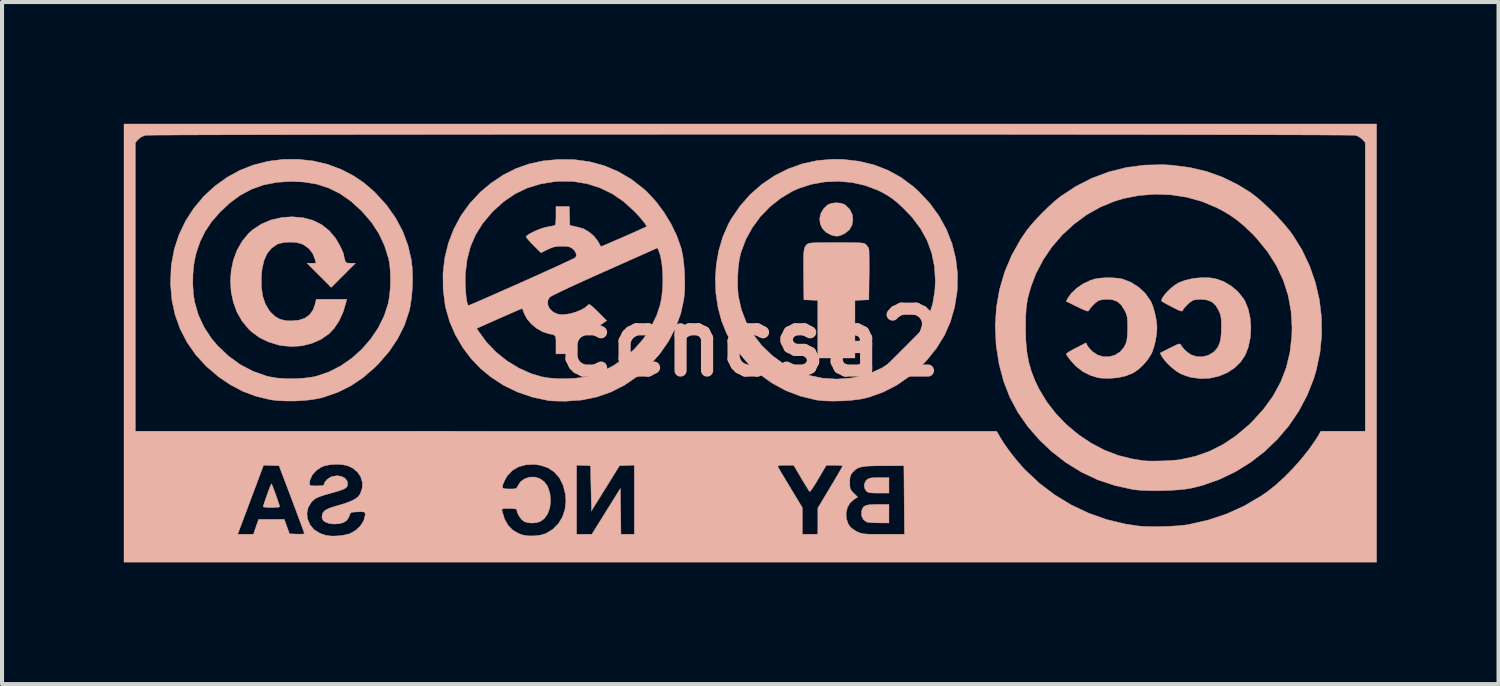
<source format=kicad_pcb>
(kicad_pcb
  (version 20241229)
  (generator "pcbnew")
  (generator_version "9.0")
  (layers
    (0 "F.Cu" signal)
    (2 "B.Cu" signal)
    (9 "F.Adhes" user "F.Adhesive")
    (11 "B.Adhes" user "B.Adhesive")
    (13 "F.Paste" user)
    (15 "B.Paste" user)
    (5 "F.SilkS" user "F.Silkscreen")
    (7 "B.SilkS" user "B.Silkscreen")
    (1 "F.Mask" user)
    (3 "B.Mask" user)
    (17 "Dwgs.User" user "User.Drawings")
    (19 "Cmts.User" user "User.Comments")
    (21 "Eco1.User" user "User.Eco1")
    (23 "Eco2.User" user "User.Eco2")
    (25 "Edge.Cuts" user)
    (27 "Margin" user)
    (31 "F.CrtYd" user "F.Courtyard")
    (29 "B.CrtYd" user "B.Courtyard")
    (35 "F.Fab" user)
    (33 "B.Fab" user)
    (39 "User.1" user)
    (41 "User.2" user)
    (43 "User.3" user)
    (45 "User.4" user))
  (footprint "ccncsa2"
    (layer "F.Cu")
    (at 15.423 5.39)
    (property "Reference" "ccncsa2" (at 0 0 0) (layer "B.SilkS") (effects (font (size 1.524 1.524) (thickness 0.3))))
    (attr through_hole)
    (fp_poly (pts (xy 3.429 3.708) (xy 3.175 3.708) (xy 3.055 3.707) (xy 2.975 3.702) (xy 2.923 3.691) (xy 2.888 3.673) (xy 2.87 3.658) (xy 2.826 3.581) (xy 2.821 3.493) (xy 2.855 3.412) (xy 2.886 3.38) (xy 2.926 3.354) (xy 2.975 3.339) (xy 3.046 3.33) (xy 3.151 3.328) (xy 3.191 3.327) (xy 3.429 3.327) (xy 3.429 3.708)) (stroke (width 0.01) (type solid)) (fill yes) (layer "B.SilkS"))
    (fp_poly (pts (xy 3.429 4.445) (xy 3.181 4.443) (xy 3.068 4.44) (xy 2.969 4.434) (xy 2.899 4.425) (xy 2.878 4.419) (xy 2.801 4.363) (xy 2.757 4.276) (xy 2.752 4.173) (xy 2.752 4.171) (xy 2.77 4.099) (xy 2.802 4.048) (xy 2.856 4.015) (xy 2.94 3.996) (xy 3.063 3.989) (xy 3.152 3.988) (xy 3.429 3.988) (xy 3.429 4.445)) (stroke (width 0.01) (type solid)) (fill yes) (layer "B.SilkS"))
    (fp_poly (pts (xy 2.231 -3.436) (xy 2.33 -3.404) (xy 2.354 -3.389) (xy 2.462 -3.283) (xy 2.524 -3.159) (xy 2.54 -3.035) (xy 2.519 -2.895) (xy 2.456 -2.782) (xy 2.348 -2.693) (xy 2.312 -2.673) (xy 2.216 -2.632) (xy 2.137 -2.62) (xy 2.049 -2.636) (xy 1.999 -2.653) (xy 1.874 -2.721) (xy 1.786 -2.816) (xy 1.735 -2.93) (xy 1.723 -3.054) (xy 1.75 -3.179) (xy 1.818 -3.297) (xy 1.913 -3.389) (xy 2.002 -3.428) (xy 2.115 -3.444) (xy 2.231 -3.436)) (stroke (width 0.01) (type solid)) (fill yes) (layer "B.SilkS"))
    (fp_poly (pts (xy -11.773 3.502) (xy -11.749 3.561) (xy -11.717 3.645) (xy -11.681 3.743) (xy -11.646 3.843) (xy -11.615 3.934) (xy -11.592 4.005) (xy -11.583 4.043) (xy -11.582 4.045) (xy -11.606 4.054) (xy -11.668 4.06) (xy -11.757 4.064) (xy -11.786 4.064) (xy -11.88 4.062) (xy -11.951 4.056) (xy -11.987 4.048) (xy -11.989 4.045) (xy -11.981 4.012) (xy -11.96 3.945) (xy -11.93 3.856) (xy -11.895 3.756) (xy -11.859 3.657) (xy -11.826 3.571) (xy -11.8 3.508) (xy -11.786 3.48) (xy -11.786 3.48) (xy -11.773 3.502)) (stroke (width 0.01) (type solid)) (fill yes) (layer "B.SilkS"))
    (fp_poly (pts (xy 2.337 -2.464) (xy 2.496 -2.463) (xy 2.616 -2.461) (xy 2.704 -2.458) (xy 2.766 -2.452) (xy 2.808 -2.445) (xy 2.836 -2.434) (xy 2.856 -2.42) (xy 2.865 -2.412) (xy 2.911 -2.355) (xy 2.934 -2.304) (xy 2.938 -2.264) (xy 2.94 -2.18) (xy 2.942 -2.061) (xy 2.943 -1.916) (xy 2.942 -1.751) (xy 2.941 -1.651) (xy 2.934 -1.054) (xy 2.762 -1.047) (xy 2.591 -1.039) (xy 2.591 0.381) (xy 1.676 0.381) (xy 1.676 -1.039) (xy 1.505 -1.047) (xy 1.333 -1.054) (xy 1.326 -1.626) (xy 1.324 -1.836) (xy 1.324 -2.002) (xy 1.326 -2.13) (xy 1.332 -2.226) (xy 1.341 -2.295) (xy 1.355 -2.345) (xy 1.374 -2.38) (xy 1.399 -2.409) (xy 1.403 -2.413) (xy 1.422 -2.428) (xy 1.446 -2.44) (xy 1.481 -2.449) (xy 1.533 -2.455) (xy 1.609 -2.46) (xy 1.715 -2.462) (xy 1.856 -2.463) (xy 2.039 -2.464) (xy 2.134 -2.464) (xy 2.337 -2.464)) (stroke (width 0.01) (type solid)) (fill yes) (layer "B.SilkS"))
    (fp_poly (pts (xy -11.01 -3.077) (xy -10.766 -3.012) (xy -10.549 -2.905) (xy -10.361 -2.756) (xy -10.203 -2.567) (xy -10.108 -2.404) (xy -10.063 -2.311) (xy -10.028 -2.234) (xy -10.009 -2.184) (xy -10.007 -2.175) (xy -10.001 -2.133) (xy -9.985 -2.067) (xy -9.981 -2.051) (xy -9.962 -1.993) (xy -9.936 -1.965) (xy -9.887 -1.957) (xy -9.835 -1.956) (xy -9.716 -1.956) (xy -10.014 -1.657) (xy -10.312 -1.359) (xy -10.611 -1.657) (xy -10.909 -1.956) (xy -10.689 -1.956) (xy -10.707 -2.038) (xy -10.764 -2.188) (xy -10.862 -2.315) (xy -10.992 -2.409) (xy -11.066 -2.441) (xy -11.183 -2.467) (xy -11.321 -2.475) (xy -11.461 -2.468) (xy -11.583 -2.444) (xy -11.648 -2.42) (xy -11.785 -2.324) (xy -11.89 -2.194) (xy -11.967 -2.027) (xy -12.015 -1.821) (xy -12.033 -1.633) (xy -12.033 -1.371) (xy -12.001 -1.145) (xy -11.936 -0.952) (xy -11.838 -0.788) (xy -11.794 -0.735) (xy -11.687 -0.636) (xy -11.571 -0.573) (xy -11.434 -0.541) (xy -11.303 -0.534) (xy -11.112 -0.551) (xy -10.958 -0.603) (xy -10.839 -0.69) (xy -10.755 -0.814) (xy -10.712 -0.939) (xy -10.681 -1.067) (xy -9.93 -1.067) (xy -9.946 -0.997) (xy -10.018 -0.754) (xy -10.118 -0.534) (xy -10.243 -0.347) (xy -10.365 -0.219) (xy -10.563 -0.081) (xy -10.788 0.019) (xy -11.032 0.08) (xy -11.287 0.099) (xy -11.543 0.074) (xy -11.595 0.064) (xy -11.856 -0.014) (xy -12.082 -0.124) (xy -12.28 -0.27) (xy -12.345 -0.331) (xy -12.508 -0.528) (xy -12.635 -0.751) (xy -12.724 -0.994) (xy -12.778 -1.25) (xy -12.796 -1.512) (xy -12.777 -1.774) (xy -12.724 -2.029) (xy -12.635 -2.27) (xy -12.511 -2.49) (xy -12.353 -2.684) (xy -12.249 -2.778) (xy -12.034 -2.92) (xy -11.791 -3.022) (xy -11.525 -3.082) (xy -11.279 -3.099) (xy -11.01 -3.077)) (stroke (width 0.01) (type solid)) (fill yes) (layer "B.SilkS"))
    (fp_poly (pts (xy 8.933 -1.596) (xy 9.083 -1.584) (xy 9.186 -1.565) (xy 9.39 -1.486) (xy 9.579 -1.366) (xy 9.742 -1.214) (xy 9.869 -1.037) (xy 9.889 -1) (xy 9.937 -0.879) (xy 9.98 -0.728) (xy 10.013 -0.567) (xy 10.031 -0.416) (xy 10.033 -0.359) (xy 10.023 -0.207) (xy 9.995 -0.04) (xy 9.954 0.122) (xy 9.904 0.258) (xy 9.892 0.281) (xy 9.804 0.421) (xy 9.686 0.558) (xy 9.555 0.676) (xy 9.45 0.746) (xy 9.278 0.817) (xy 9.077 0.864) (xy 8.863 0.884) (xy 8.653 0.876) (xy 8.564 0.862) (xy 8.385 0.806) (xy 8.209 0.715) (xy 8.062 0.606) (xy 7.987 0.531) (xy 7.915 0.45) (xy 7.853 0.373) (xy 7.811 0.311) (xy 7.798 0.277) (xy 7.819 0.258) (xy 7.876 0.221) (xy 7.961 0.174) (xy 8.04 0.132) (xy 8.283 0.007) (xy 8.318 0.076) (xy 8.36 0.136) (xy 8.422 0.203) (xy 8.444 0.223) (xy 8.574 0.308) (xy 8.716 0.348) (xy 8.86 0.348) (xy 8.998 0.309) (xy 9.12 0.232) (xy 9.217 0.121) (xy 9.263 0.031) (xy 9.287 -0.049) (xy 9.301 -0.146) (xy 9.308 -0.273) (xy 9.309 -0.368) (xy 9.308 -0.495) (xy 9.303 -0.585) (xy 9.292 -0.654) (xy 9.272 -0.715) (xy 9.241 -0.784) (xy 9.233 -0.8) (xy 9.152 -0.928) (xy 9.054 -1.012) (xy 8.932 -1.056) (xy 8.806 -1.066) (xy 8.711 -1.06) (xy 8.626 -1.044) (xy 8.588 -1.03) (xy 8.526 -0.987) (xy 8.457 -0.922) (xy 8.394 -0.853) (xy 8.355 -0.793) (xy 8.351 -0.784) (xy 8.332 -0.774) (xy 8.285 -0.785) (xy 8.205 -0.817) (xy 8.087 -0.873) (xy 8.068 -0.883) (xy 7.797 -1.016) (xy 7.834 -1.089) (xy 7.925 -1.218) (xy 8.056 -1.341) (xy 8.214 -1.448) (xy 8.39 -1.531) (xy 8.496 -1.566) (xy 8.619 -1.587) (xy 8.772 -1.597) (xy 8.933 -1.596)) (stroke (width 0.01) (type solid)) (fill yes) (layer "B.SilkS"))
    (fp_poly (pts (xy 11.343 -1.595) (xy 11.478 -1.573) (xy 11.674 -1.504) (xy 11.862 -1.394) (xy 12.028 -1.252) (xy 12.161 -1.087) (xy 12.198 -1.026) (xy 12.28 -0.827) (xy 12.329 -0.601) (xy 12.347 -0.361) (xy 12.332 -0.12) (xy 12.284 0.109) (xy 12.21 0.302) (xy 12.095 0.477) (xy 11.943 0.625) (xy 11.761 0.743) (xy 11.555 0.829) (xy 11.334 0.878) (xy 11.104 0.888) (xy 10.872 0.857) (xy 10.857 0.854) (xy 10.754 0.822) (xy 10.644 0.78) (xy 10.603 0.762) (xy 10.51 0.704) (xy 10.404 0.621) (xy 10.3 0.523) (xy 10.212 0.426) (xy 10.153 0.34) (xy 10.151 0.338) (xy 10.11 0.258) (xy 10.352 0.135) (xy 10.459 0.082) (xy 10.531 0.049) (xy 10.574 0.034) (xy 10.6 0.036) (xy 10.616 0.052) (xy 10.623 0.064) (xy 10.657 0.111) (xy 10.712 0.175) (xy 10.743 0.207) (xy 10.865 0.297) (xy 11.005 0.345) (xy 11.153 0.35) (xy 11.296 0.314) (xy 11.426 0.236) (xy 11.459 0.206) (xy 11.525 0.125) (xy 11.572 0.03) (xy 11.602 -0.088) (xy 11.617 -0.239) (xy 11.62 -0.381) (xy 11.618 -0.508) (xy 11.612 -0.601) (xy 11.599 -0.672) (xy 11.576 -0.739) (xy 11.554 -0.79) (xy 11.479 -0.916) (xy 11.39 -0.999) (xy 11.276 -1.046) (xy 11.158 -1.063) (xy 11.05 -1.063) (xy 10.958 -1.052) (xy 10.922 -1.041) (xy 10.86 -1.003) (xy 10.788 -0.941) (xy 10.72 -0.87) (xy 10.672 -0.806) (xy 10.662 -0.785) (xy 10.645 -0.774) (xy 10.603 -0.783) (xy 10.529 -0.814) (xy 10.419 -0.869) (xy 10.411 -0.874) (xy 10.311 -0.927) (xy 10.226 -0.973) (xy 10.169 -1.005) (xy 10.15 -1.018) (xy 10.145 -1.054) (xy 10.173 -1.112) (xy 10.227 -1.186) (xy 10.3 -1.266) (xy 10.385 -1.346) (xy 10.474 -1.416) (xy 10.561 -1.47) (xy 10.563 -1.472) (xy 10.732 -1.537) (xy 10.93 -1.581) (xy 11.139 -1.6) (xy 11.343 -1.595)) (stroke (width 0.01) (type solid)) (fill yes) (layer "B.SilkS"))
    (fp_poly (pts (xy 2.3 -4.513) (xy 2.693 -4.467) (xy 3.059 -4.379) (xy 3.401 -4.247) (xy 3.721 -4.071) (xy 4.021 -3.849) (xy 4.163 -3.722) (xy 4.433 -3.434) (xy 4.661 -3.121) (xy 4.845 -2.788) (xy 4.983 -2.437) (xy 5.074 -2.073) (xy 5.118 -1.698) (xy 5.113 -1.317) (xy 5.108 -1.262) (xy 5.048 -0.877) (xy 4.945 -0.518) (xy 4.798 -0.183) (xy 4.605 0.132) (xy 4.365 0.431) (xy 4.243 0.559) (xy 3.941 0.827) (xy 3.621 1.049) (xy 3.284 1.222) (xy 2.931 1.348) (xy 2.877 1.362) (xy 2.707 1.397) (xy 2.502 1.422) (xy 2.279 1.437) (xy 2.054 1.442) (xy 1.843 1.436) (xy 1.661 1.418) (xy 1.624 1.412) (xy 1.245 1.319) (xy 0.884 1.181) (xy 0.546 0.997) (xy 0.232 0.771) (xy -0.056 0.503) (xy -0.314 0.196) (xy -0.405 0.068) (xy -0.568 -0.218) (xy -0.694 -0.531) (xy -0.783 -0.865) (xy -0.835 -1.214) (xy -0.848 -1.569) (xy -0.848 -1.579) (xy -0.3 -1.579) (xy -0.299 -1.366) (xy -0.285 -1.175) (xy -0.281 -1.141) (xy -0.207 -0.811) (xy -0.086 -0.497) (xy 0.08 -0.204) (xy 0.288 0.064) (xy 0.296 0.073) (xy 0.556 0.323) (xy 0.84 0.529) (xy 1.144 0.691) (xy 1.465 0.808) (xy 1.798 0.878) (xy 2.141 0.9) (xy 2.488 0.874) (xy 2.684 0.837) (xy 2.983 0.749) (xy 3.258 0.624) (xy 3.518 0.459) (xy 3.772 0.249) (xy 3.819 0.205) (xy 4.062 -0.061) (xy 4.258 -0.342) (xy 4.406 -0.64) (xy 4.507 -0.956) (xy 4.561 -1.291) (xy 4.572 -1.526) (xy 4.55 -1.875) (xy 4.483 -2.203) (xy 4.371 -2.512) (xy 4.211 -2.804) (xy 4.003 -3.082) (xy 3.79 -3.306) (xy 3.642 -3.442) (xy 3.508 -3.549) (xy 3.376 -3.637) (xy 3.228 -3.718) (xy 3.141 -3.759) (xy 2.837 -3.873) (xy 2.514 -3.944) (xy 2.181 -3.973) (xy 1.848 -3.958) (xy 1.521 -3.9) (xy 1.209 -3.8) (xy 1.054 -3.731) (xy 0.763 -3.558) (xy 0.497 -3.347) (xy 0.261 -3.102) (xy 0.061 -2.83) (xy -0.1 -2.536) (xy -0.216 -2.226) (xy -0.231 -2.172) (xy -0.265 -2) (xy -0.288 -1.797) (xy -0.3 -1.579) (xy -0.848 -1.579) (xy -0.825 -1.924) (xy -0.763 -2.273) (xy -0.663 -2.608) (xy -0.525 -2.923) (xy -0.458 -3.044) (xy -0.238 -3.365) (xy 0.015 -3.652) (xy 0.3 -3.901) (xy 0.611 -4.111) (xy 0.945 -4.279) (xy 1.298 -4.405) (xy 1.667 -4.485) (xy 2.048 -4.517) (xy 2.3 -4.513)) (stroke (width 0.01) (type solid)) (fill yes) (layer "B.SilkS"))
    (fp_poly (pts (xy -10.758 -4.475) (xy -10.399 -4.391) (xy -10.058 -4.262) (xy -10.039 -4.253) (xy -9.76 -4.107) (xy -9.513 -3.94) (xy -9.279 -3.741) (xy -9.219 -3.683) (xy -8.949 -3.386) (xy -8.727 -3.073) (xy -8.552 -2.744) (xy -8.422 -2.395) (xy -8.34 -2.045) (xy -8.316 -1.838) (xy -8.307 -1.602) (xy -8.313 -1.352) (xy -8.334 -1.107) (xy -8.367 -0.884) (xy -8.392 -0.775) (xy -8.508 -0.429) (xy -8.672 -0.099) (xy -8.884 0.217) (xy -9.144 0.519) (xy -9.243 0.617) (xy -9.53 0.865) (xy -9.83 1.066) (xy -10.15 1.225) (xy -10.497 1.345) (xy -10.565 1.364) (xy -10.745 1.4) (xy -10.959 1.425) (xy -11.189 1.439) (xy -11.421 1.44) (xy -11.637 1.43) (xy -11.808 1.409) (xy -12.16 1.325) (xy -12.492 1.201) (xy -12.81 1.032) (xy -13.085 0.845) (xy -13.387 0.588) (xy -13.647 0.305) (xy -13.863 -0.003) (xy -14.034 -0.334) (xy -14.16 -0.685) (xy -14.239 -1.055) (xy -14.271 -1.434) (xy -13.723 -1.434) (xy -13.707 -1.191) (xy -13.679 -1.003) (xy -13.587 -0.684) (xy -13.447 -0.382) (xy -13.263 -0.101) (xy -13.11 0.08) (xy -12.839 0.336) (xy -12.549 0.545) (xy -12.24 0.707) (xy -11.912 0.823) (xy -11.836 0.842) (xy -11.654 0.873) (xy -11.44 0.889) (xy -11.211 0.89) (xy -10.985 0.877) (xy -10.777 0.849) (xy -10.668 0.826) (xy -10.365 0.722) (xy -10.076 0.574) (xy -9.805 0.386) (xy -9.558 0.164) (xy -9.339 -0.087) (xy -9.155 -0.361) (xy -9.01 -0.654) (xy -8.911 -0.953) (xy -8.88 -1.121) (xy -8.86 -1.318) (xy -8.852 -1.528) (xy -8.856 -1.735) (xy -8.872 -1.922) (xy -8.897 -2.063) (xy -8.999 -2.387) (xy -9.137 -2.682) (xy -9.316 -2.957) (xy -9.54 -3.218) (xy -9.575 -3.254) (xy -9.833 -3.487) (xy -10.099 -3.671) (xy -10.377 -3.809) (xy -10.673 -3.904) (xy -10.993 -3.956) (xy -11.303 -3.97) (xy -11.652 -3.948) (xy -11.974 -3.885) (xy -12.273 -3.779) (xy -12.555 -3.629) (xy -12.822 -3.431) (xy -13.068 -3.197) (xy -13.266 -2.968) (xy -13.421 -2.736) (xy -13.543 -2.488) (xy -13.637 -2.212) (xy -13.655 -2.144) (xy -13.696 -1.93) (xy -13.719 -1.687) (xy -13.723 -1.434) (xy -14.271 -1.434) (xy -14.272 -1.443) (xy -14.257 -1.845) (xy -14.247 -1.943) (xy -14.177 -2.311) (xy -14.06 -2.664) (xy -13.899 -2.999) (xy -13.697 -3.311) (xy -13.458 -3.597) (xy -13.183 -3.852) (xy -12.876 -4.072) (xy -12.571 -4.24) (xy -12.23 -4.375) (xy -11.871 -4.466) (xy -11.501 -4.513) (xy -11.128 -4.516) (xy -10.758 -4.475)) (stroke (width 0.01) (type solid)) (fill yes) (layer "B.SilkS"))
    (fp_poly (pts (xy 10.407 -4.37) (xy 10.849 -4.312) (xy 11.263 -4.213) (xy 11.656 -4.072) (xy 12.033 -3.885) (xy 12.332 -3.7) (xy 12.474 -3.593) (xy 12.636 -3.454) (xy 12.807 -3.294) (xy 12.978 -3.123) (xy 13.138 -2.949) (xy 13.278 -2.784) (xy 13.366 -2.667) (xy 13.6 -2.293) (xy 13.79 -1.897) (xy 13.934 -1.484) (xy 14.033 -1.059) (xy 14.085 -0.626) (xy 14.091 -0.188) (xy 14.048 0.248) (xy 13.957 0.68) (xy 13.894 0.892) (xy 13.732 1.301) (xy 13.527 1.687) (xy 13.282 2.049) (xy 12.999 2.382) (xy 12.684 2.684) (xy 12.338 2.952) (xy 11.966 3.182) (xy 11.57 3.372) (xy 11.155 3.518) (xy 10.891 3.585) (xy 10.744 3.61) (xy 10.56 3.629) (xy 10.351 3.642) (xy 10.13 3.649) (xy 9.912 3.65) (xy 9.708 3.644) (xy 9.531 3.631) (xy 9.439 3.619) (xy 8.994 3.522) (xy 8.571 3.38) (xy 8.169 3.191) (xy 7.789 2.957) (xy 7.429 2.676) (xy 7.135 2.397) (xy 6.847 2.065) (xy 6.604 1.715) (xy 6.406 1.344) (xy 6.253 0.949) (xy 6.142 0.529) (xy 6.072 0.081) (xy 6.068 0.041) (xy 6.051 -0.356) (xy 6.795 -0.356) (xy 6.802 -0.046) (xy 6.827 0.227) (xy 6.871 0.475) (xy 6.938 0.709) (xy 7.029 0.942) (xy 7.127 1.145) (xy 7.315 1.459) (xy 7.544 1.754) (xy 7.805 2.024) (xy 8.095 2.266) (xy 8.407 2.476) (xy 8.735 2.648) (xy 9.073 2.779) (xy 9.415 2.864) (xy 9.449 2.869) (xy 9.546 2.885) (xy 9.626 2.899) (xy 9.674 2.907) (xy 9.677 2.908) (xy 9.749 2.915) (xy 9.858 2.919) (xy 9.994 2.919) (xy 10.144 2.916) (xy 10.295 2.91) (xy 10.436 2.901) (xy 10.553 2.89) (xy 10.609 2.883) (xy 10.98 2.801) (xy 11.329 2.677) (xy 11.661 2.51) (xy 11.978 2.298) (xy 12.287 2.037) (xy 12.384 1.943) (xy 12.665 1.633) (xy 12.897 1.31) (xy 13.081 0.971) (xy 13.218 0.615) (xy 13.309 0.239) (xy 13.354 -0.158) (xy 13.36 -0.368) (xy 13.336 -0.774) (xy 13.264 -1.164) (xy 13.143 -1.538) (xy 12.975 -1.896) (xy 12.758 -2.237) (xy 12.493 -2.562) (xy 12.383 -2.679) (xy 12.19 -2.864) (xy 12.008 -3.016) (xy 11.821 -3.147) (xy 11.614 -3.267) (xy 11.493 -3.329) (xy 11.139 -3.477) (xy 10.764 -3.581) (xy 10.377 -3.64) (xy 9.984 -3.655) (xy 9.591 -3.624) (xy 9.204 -3.548) (xy 8.99 -3.483) (xy 8.635 -3.337) (xy 8.298 -3.147) (xy 7.985 -2.916) (xy 7.698 -2.651) (xy 7.443 -2.356) (xy 7.225 -2.034) (xy 7.047 -1.692) (xy 6.938 -1.405) (xy 6.888 -1.243) (xy 6.851 -1.098) (xy 6.825 -0.957) (xy 6.808 -0.808) (xy 6.798 -0.638) (xy 6.795 -0.435) (xy 6.795 -0.356) (xy 6.051 -0.356) (xy 6.048 -0.418) (xy 6.077 -0.869) (xy 6.154 -1.309) (xy 6.279 -1.736) (xy 6.451 -2.145) (xy 6.669 -2.535) (xy 6.828 -2.769) (xy 6.932 -2.898) (xy 7.064 -3.046) (xy 7.213 -3.201) (xy 7.368 -3.352) (xy 7.516 -3.486) (xy 7.647 -3.592) (xy 7.654 -3.598) (xy 8.031 -3.847) (xy 8.429 -4.049) (xy 8.844 -4.205) (xy 9.275 -4.313) (xy 9.719 -4.372) (xy 10.174 -4.383) (xy 10.407 -4.37)) (stroke (width 0.01) (type solid)) (fill yes) (layer "B.SilkS"))
    (fp_poly (pts (xy -4.327 -4.508) (xy -3.946 -4.456) (xy -3.582 -4.357) (xy -3.236 -4.21) (xy -2.909 -4.017) (xy -2.604 -3.778) (xy -2.53 -3.71) (xy -2.315 -3.479) (xy -2.116 -3.213) (xy -1.94 -2.925) (xy -1.797 -2.628) (xy -1.693 -2.334) (xy -1.687 -2.311) (xy -1.651 -2.143) (xy -1.625 -1.94) (xy -1.607 -1.717) (xy -1.601 -1.49) (xy -1.605 -1.274) (xy -1.622 -1.085) (xy -1.625 -1.063) (xy -1.701 -0.713) (xy -1.826 -0.371) (xy -1.996 -0.042) (xy -2.21 0.269) (xy -2.465 0.558) (xy -2.473 0.566) (xy -2.771 0.831) (xy -3.087 1.049) (xy -3.422 1.219) (xy -3.775 1.342) (xy -4.145 1.417) (xy -4.531 1.444) (xy -4.594 1.444) (xy -4.718 1.442) (xy -4.828 1.439) (xy -4.912 1.435) (xy -4.953 1.431) (xy -5.352 1.346) (xy -5.721 1.22) (xy -6.065 1.054) (xy -6.385 0.843) (xy -6.624 0.647) (xy -6.864 0.398) (xy -7.077 0.114) (xy -7.256 -0.195) (xy -7.322 -0.349) (xy -6.728 -0.349) (xy -6.686 -0.282) (xy -6.488 -0.011) (xy -6.251 0.235) (xy -5.984 0.45) (xy -5.692 0.628) (xy -5.384 0.766) (xy -5.131 0.842) (xy -4.952 0.872) (xy -4.742 0.888) (xy -4.518 0.89) (xy -4.295 0.879) (xy -4.092 0.853) (xy -3.973 0.828) (xy -3.66 0.722) (xy -3.363 0.571) (xy -3.087 0.38) (xy -2.837 0.156) (xy -2.617 -0.098) (xy -2.434 -0.377) (xy -2.291 -0.676) (xy -2.209 -0.927) (xy -2.171 -1.113) (xy -2.149 -1.322) (xy -2.141 -1.541) (xy -2.148 -1.757) (xy -2.168 -1.96) (xy -2.201 -2.136) (xy -2.242 -2.259) (xy -2.273 -2.333) (xy -3.581 -1.751) (xy -3.845 -1.633) (xy -4.088 -1.523) (xy -4.308 -1.423) (xy -4.501 -1.333) (xy -4.663 -1.256) (xy -4.79 -1.194) (xy -4.88 -1.148) (xy -4.928 -1.12) (xy -4.934 -1.115) (xy -4.977 -1.028) (xy -4.976 -0.933) (xy -4.935 -0.841) (xy -4.857 -0.763) (xy -4.807 -0.734) (xy -4.731 -0.702) (xy -4.658 -0.689) (xy -4.565 -0.691) (xy -4.53 -0.694) (xy -4.41 -0.715) (xy -4.283 -0.753) (xy -4.164 -0.801) (xy -4.068 -0.854) (xy -4.023 -0.892) (xy -3.98 -0.929) (xy -3.952 -0.94) (xy -3.923 -0.923) (xy -3.868 -0.876) (xy -3.794 -0.808) (xy -3.724 -0.74) (xy -3.525 -0.54) (xy -3.643 -0.459) (xy -3.828 -0.348) (xy -4.025 -0.267) (xy -4.249 -0.209) (xy -4.35 -0.191) (xy -4.445 -0.175) (xy -4.445 0.279) (xy -4.775 0.279) (xy -4.775 0.053) (xy -4.775 -0.057) (xy -4.781 -0.127) (xy -4.799 -0.168) (xy -4.836 -0.191) (xy -4.9 -0.207) (xy -4.953 -0.217) (xy -5.106 -0.267) (xy -5.254 -0.352) (xy -5.387 -0.463) (xy -5.493 -0.59) (xy -5.561 -0.723) (xy -5.566 -0.738) (xy -5.588 -0.8) (xy -5.607 -0.835) (xy -5.611 -0.838) (xy -5.638 -0.828) (xy -5.704 -0.801) (xy -5.803 -0.758) (xy -5.929 -0.703) (xy -6.075 -0.639) (xy -6.177 -0.594) (xy -6.728 -0.349) (xy -7.322 -0.349) (xy -7.396 -0.52) (xy -7.491 -0.851) (xy -7.504 -0.912) (xy -7.555 -1.311) (xy -7.557 -1.539) (xy -7.01 -1.539) (xy -7.007 -1.38) (xy -6.998 -1.232) (xy -6.985 -1.104) (xy -6.968 -1.003) (xy -6.949 -0.937) (xy -6.929 -0.914) (xy -6.901 -0.924) (xy -6.832 -0.953) (xy -6.724 -0.999) (xy -6.584 -1.06) (xy -6.413 -1.135) (xy -6.218 -1.221) (xy -6.003 -1.316) (xy -5.77 -1.419) (xy -5.617 -1.487) (xy -5.376 -1.595) (xy -5.148 -1.698) (xy -4.938 -1.793) (xy -4.75 -1.878) (xy -4.589 -1.953) (xy -4.459 -2.014) (xy -4.363 -2.06) (xy -4.307 -2.088) (xy -4.294 -2.097) (xy -4.272 -2.15) (xy -4.288 -2.218) (xy -4.338 -2.288) (xy -4.376 -2.321) (xy -4.428 -2.35) (xy -4.492 -2.367) (xy -4.586 -2.373) (xy -4.632 -2.373) (xy -4.745 -2.37) (xy -4.834 -2.354) (xy -4.923 -2.32) (xy -4.981 -2.293) (xy -5.144 -2.212) (xy -5.328 -2.394) (xy -5.405 -2.474) (xy -5.466 -2.542) (xy -5.504 -2.59) (xy -5.512 -2.606) (xy -5.489 -2.636) (xy -5.43 -2.677) (xy -5.344 -2.722) (xy -5.244 -2.768) (xy -5.139 -2.808) (xy -5.041 -2.838) (xy -5.004 -2.846) (xy -4.914 -2.863) (xy -4.843 -2.877) (xy -4.807 -2.885) (xy -4.79 -2.909) (xy -4.78 -2.973) (xy -4.775 -3.081) (xy -4.775 -3.123) (xy -4.775 -3.353) (xy -4.611 -3.353) (xy -4.447 -3.353) (xy -4.44 -3.12) (xy -4.432 -2.887) (xy -4.293 -2.857) (xy -4.202 -2.835) (xy -4.122 -2.812) (xy -4.089 -2.8) (xy -3.963 -2.727) (xy -3.843 -2.625) (xy -3.752 -2.51) (xy -3.744 -2.497) (xy -3.704 -2.428) (xy -3.676 -2.38) (xy -3.668 -2.366) (xy -3.644 -2.374) (xy -3.582 -2.399) (xy -3.49 -2.438) (xy -3.374 -2.488) (xy -3.242 -2.545) (xy -3.103 -2.606) (xy -2.964 -2.667) (xy -2.833 -2.725) (xy -2.718 -2.777) (xy -2.626 -2.819) (xy -2.565 -2.847) (xy -2.543 -2.859) (xy -2.55 -2.885) (xy -2.588 -2.941) (xy -2.651 -3.02) (xy -2.733 -3.116) (xy -2.83 -3.221) (xy -2.844 -3.234) (xy -3.105 -3.473) (xy -3.389 -3.666) (xy -3.694 -3.814) (xy -4.015 -3.915) (xy -4.351 -3.969) (xy -4.698 -3.974) (xy -4.818 -3.964) (xy -5.165 -3.906) (xy -5.486 -3.807) (xy -5.782 -3.664) (xy -6.059 -3.476) (xy -6.32 -3.241) (xy -6.361 -3.198) (xy -6.582 -2.933) (xy -6.755 -2.656) (xy -6.883 -2.361) (xy -6.965 -2.045) (xy -7.006 -1.705) (xy -7.01 -1.539) (xy -7.557 -1.539) (xy -7.559 -1.703) (xy -7.515 -2.083) (xy -7.426 -2.449) (xy -7.292 -2.798) (xy -7.115 -3.127) (xy -6.895 -3.432) (xy -6.635 -3.71) (xy -6.377 -3.926) (xy -6.076 -4.128) (xy -5.767 -4.285) (xy -5.444 -4.4) (xy -5.099 -4.475) (xy -4.724 -4.512) (xy -4.327 -4.508)) (stroke (width 0.01) (type solid)) (fill yes) (layer "B.SilkS"))
    (fp_poly (pts (xy 15.443 5.41) (xy -15.418 5.41) (xy -15.418 4.724) (xy -12.617 4.724) (xy -12.229 4.724) (xy -12.103 4.356) (xy -11.469 4.356) (xy -11.405 4.534) (xy -11.34 4.712) (xy -11.156 4.719) (xy -11.067 4.72) (xy -11.002 4.716) (xy -10.973 4.708) (xy -10.973 4.706) (xy -10.982 4.679) (xy -11.006 4.609) (xy -11.045 4.503) (xy -11.096 4.367) (xy -11.154 4.21) (xy -10.911 4.21) (xy -10.897 4.341) (xy -10.835 4.491) (xy -10.734 4.61) (xy -10.592 4.699) (xy -10.446 4.749) (xy -10.322 4.766) (xy -10.173 4.765) (xy -10.019 4.748) (xy -9.883 4.717) (xy -9.835 4.699) (xy -9.706 4.624) (xy -9.598 4.523) (xy -9.523 4.408) (xy -9.501 4.352) (xy -9.478 4.259) (xy -9.475 4.203) (xy -9.502 4.176) (xy -9.564 4.168) (xy -9.657 4.171) (xy -9.751 4.176) (xy -9.808 4.184) (xy -9.837 4.2) (xy -9.852 4.23) (xy -9.859 4.256) (xy -9.893 4.329) (xy -9.945 4.395) (xy -9.945 4.395) (xy -10.021 4.438) (xy -10.128 4.464) (xy -10.247 4.471) (xy -10.362 4.458) (xy -10.454 4.424) (xy -10.458 4.421) (xy -10.516 4.375) (xy -10.539 4.321) (xy -10.541 4.282) (xy -10.523 4.201) (xy -10.465 4.135) (xy -10.451 4.128) (xy -6.107 4.128) (xy -6.104 4.147) (xy -6.042 4.346) (xy -5.954 4.504) (xy -5.836 4.624) (xy -5.685 4.709) (xy -5.589 4.742) (xy -5.459 4.763) (xy -5.307 4.763) (xy -5.156 4.744) (xy -5.089 4.724) (xy -4.267 4.724) (xy -3.892 4.724) (xy -3.188 3.594) (xy -3.181 4.159) (xy -3.174 4.724) (xy -2.845 4.724) (xy -2.845 3.059) (xy 0.694 3.059) (xy 0.696 3.062) (xy 0.713 3.095) (xy 0.752 3.164) (xy 0.811 3.263) (xy 0.883 3.384) (xy 0.966 3.522) (xy 1.003 3.583) (xy 1.295 4.065) (xy 1.295 4.724) (xy 1.676 4.724) (xy 1.677 4.401) (xy 1.677 4.194) (xy 2.374 4.194) (xy 2.379 4.332) (xy 2.423 4.463) (xy 2.468 4.534) (xy 2.523 4.585) (xy 2.604 4.638) (xy 2.652 4.664) (xy 2.699 4.684) (xy 2.744 4.699) (xy 2.795 4.71) (xy 2.862 4.717) (xy 2.952 4.721) (xy 3.073 4.723) (xy 3.235 4.724) (xy 3.296 4.724) (xy 3.811 4.724) (xy 3.797 3.035) (xy 3.302 3.036) (xy 3.103 3.037) (xy 2.947 3.042) (xy 2.827 3.051) (xy 2.737 3.067) (xy 2.668 3.09) (xy 2.613 3.122) (xy 2.565 3.165) (xy 2.541 3.19) (xy 2.498 3.244) (xy 2.475 3.296) (xy 2.465 3.363) (xy 2.464 3.446) (xy 2.466 3.538) (xy 2.476 3.598) (xy 2.501 3.645) (xy 2.549 3.698) (xy 2.562 3.711) (xy 2.66 3.809) (xy 2.575 3.859) (xy 2.474 3.947) (xy 2.406 4.062) (xy 2.374 4.194) (xy 1.677 4.194) (xy 1.677 4.077) (xy 1.981 3.569) (xy 2.068 3.424) (xy 2.144 3.294) (xy 2.208 3.184) (xy 2.255 3.102) (xy 2.281 3.052) (xy 2.286 3.042) (xy 2.263 3.033) (xy 2.201 3.026) (xy 2.112 3.023) (xy 2.086 3.023) (xy 1.886 3.023) (xy 1.691 3.354) (xy 1.623 3.468) (xy 1.562 3.563) (xy 1.514 3.633) (xy 1.484 3.669) (xy 1.477 3.673) (xy 1.458 3.648) (xy 1.419 3.587) (xy 1.364 3.498) (xy 1.298 3.39) (xy 1.27 3.342) (xy 1.082 3.023) (xy 0.881 3.023) (xy 0.781 3.024) (xy 0.722 3.029) (xy 0.696 3.04) (xy 0.694 3.059) (xy -2.845 3.059) (xy -2.845 3.02) (xy -3.21 3.035) (xy -3.899 4.144) (xy -3.924 3.035) (xy -4.267 3.02) (xy -4.267 4.724) (xy -5.089 4.724) (xy -5.028 4.707) (xy -5.021 4.703) (xy -4.855 4.603) (xy -4.719 4.467) (xy -4.618 4.302) (xy -4.554 4.114) (xy -4.53 3.91) (xy -4.544 3.731) (xy -4.6 3.513) (xy -4.69 3.333) (xy -4.814 3.19) (xy -4.969 3.087) (xy -5.155 3.023) (xy -5.31 3.002) (xy -5.516 3.011) (xy -5.697 3.061) (xy -5.85 3.151) (xy -5.971 3.278) (xy -6.036 3.389) (xy -6.08 3.49) (xy -6.095 3.553) (xy -6.079 3.588) (xy -6.026 3.603) (xy -5.931 3.607) (xy -5.921 3.607) (xy -5.829 3.606) (xy -5.774 3.599) (xy -5.743 3.582) (xy -5.723 3.549) (xy -5.714 3.529) (xy -5.647 3.428) (xy -5.547 3.356) (xy -5.427 3.316) (xy -5.298 3.313) (xy -5.177 3.349) (xy -5.065 3.427) (xy -4.984 3.537) (xy -4.932 3.686) (xy -4.922 3.73) (xy -4.907 3.907) (xy -4.927 4.071) (xy -4.979 4.216) (xy -5.06 4.333) (xy -5.159 4.408) (xy -5.26 4.439) (xy -5.381 4.447) (xy -5.497 4.431) (xy -5.559 4.409) (xy -5.62 4.359) (xy -5.68 4.282) (xy -5.724 4.198) (xy -5.74 4.129) (xy -5.75 4.108) (xy -5.784 4.096) (xy -5.853 4.09) (xy -5.929 4.089) (xy -6.024 4.09) (xy -6.08 4.095) (xy -6.104 4.106) (xy -6.107 4.128) (xy -10.451 4.128) (xy -10.363 4.082) (xy -10.264 4.049) (xy -10.065 3.991) (xy -9.91 3.94) (xy -9.793 3.892) (xy -9.707 3.844) (xy -9.645 3.793) (xy -9.603 3.737) (xy -9.598 3.727) (xy -9.548 3.586) (xy -9.545 3.444) (xy -9.585 3.31) (xy -9.665 3.19) (xy -9.781 3.094) (xy -9.906 3.035) (xy -10.036 3.008) (xy -10.186 2.999) (xy -10.338 3.009) (xy -10.474 3.036) (xy -10.554 3.067) (xy -10.684 3.155) (xy -10.78 3.264) (xy -10.835 3.385) (xy -10.846 3.469) (xy -10.843 3.501) (xy -10.827 3.52) (xy -10.787 3.528) (xy -10.712 3.53) (xy -10.668 3.531) (xy -10.569 3.528) (xy -10.512 3.519) (xy -10.491 3.502) (xy -10.49 3.496) (xy -10.469 3.435) (xy -10.413 3.372) (xy -10.338 3.32) (xy -10.288 3.299) (xy -10.169 3.281) (xy -10.062 3.296) (xy -9.977 3.34) (xy -9.922 3.408) (xy -9.906 3.479) (xy -9.912 3.526) (xy -9.934 3.564) (xy -9.98 3.598) (xy -10.056 3.631) (xy -10.168 3.668) (xy -10.308 3.707) (xy -10.463 3.751) (xy -10.577 3.788) (xy -10.661 3.823) (xy -10.723 3.859) (xy -10.773 3.903) (xy -10.804 3.937) (xy -10.881 4.066) (xy -10.911 4.21) (xy -11.154 4.21) (xy -11.156 4.205) (xy -11.224 4.023) (xy -11.285 3.861) (xy -11.598 3.035) (xy -11.788 3.028) (xy -11.979 3.021) (xy -12.298 3.873) (xy -12.617 4.724) (xy -15.418 4.724) (xy -15.418 -4.927) (xy -15.138 -4.927) (xy -15.138 2.184) (xy 6.083 2.186) (xy 6.167 2.332) (xy 6.271 2.498) (xy 6.404 2.684) (xy 6.553 2.874) (xy 6.708 3.054) (xy 6.789 3.141) (xy 7.136 3.467) (xy 7.514 3.753) (xy 7.919 3.999) (xy 8.347 4.202) (xy 8.794 4.36) (xy 9.256 4.471) (xy 9.577 4.519) (xy 9.73 4.531) (xy 9.916 4.535) (xy 10.122 4.534) (xy 10.332 4.527) (xy 10.531 4.515) (xy 10.706 4.499) (xy 10.808 4.484) (xy 11.289 4.375) (xy 11.744 4.224) (xy 12.176 4.028) (xy 12.588 3.787) (xy 12.751 3.675) (xy 12.954 3.515) (xy 13.169 3.319) (xy 13.385 3.099) (xy 13.592 2.865) (xy 13.781 2.628) (xy 13.941 2.399) (xy 14.001 2.302) (xy 14.07 2.184) (xy 15.164 2.184) (xy 15.164 -4.927) (xy 15.094 -5.005) (xy 15.006 -5.073) (xy 14.922 -5.106) (xy 14.89 -5.108) (xy 14.809 -5.109) (xy 14.681 -5.111) (xy 14.507 -5.112) (xy 14.289 -5.113) (xy 14.028 -5.115) (xy 13.728 -5.116) (xy 13.388 -5.117) (xy 13.012 -5.118) (xy 12.6 -5.119) (xy 12.155 -5.121) (xy 11.678 -5.121) (xy 11.171 -5.122) (xy 10.635 -5.123) (xy 10.073 -5.124) (xy 9.486 -5.125) (xy 8.875 -5.126) (xy 8.243 -5.126) (xy 7.591 -5.127) (xy 6.922 -5.127) (xy 6.236 -5.128) (xy 5.535 -5.128) (xy 4.822 -5.129) (xy 4.097 -5.129) (xy 3.363 -5.129) (xy 2.621 -5.129) (xy 1.873 -5.13) (xy 1.121 -5.13) (xy 0.366 -5.13) (xy -0.389 -5.13) (xy -1.143 -5.13) (xy -1.895 -5.13) (xy -2.643 -5.129) (xy -3.384 -5.129) (xy -4.118 -5.129) (xy -4.842 -5.129) (xy -5.554 -5.128) (xy -6.254 -5.128) (xy -6.939 -5.127) (xy -7.608 -5.127) (xy -8.258 -5.126) (xy -8.889 -5.126) (xy -9.498 -5.125) (xy -10.084 -5.124) (xy -10.644 -5.123) (xy -11.178 -5.122) (xy -11.684 -5.121) (xy -12.159 -5.12) (xy -12.602 -5.119) (xy -13.011 -5.118) (xy -13.386 -5.117) (xy -13.723 -5.116) (xy -14.021 -5.115) (xy -14.278 -5.113) (xy -14.494 -5.112) (xy -14.665 -5.111) (xy -14.79 -5.109) (xy -14.869 -5.108) (xy -14.897 -5.106) (xy -14.999 -5.062) (xy -15.069 -5.005) (xy -15.138 -4.927) (xy -15.418 -4.927) (xy -15.418 -5.385) (xy 15.443 -5.385) (xy 15.443 5.41)) (stroke (width 0.01) (type solid)) (fill yes) (layer "B.SilkS")))
  (gr_rect
    (start -3 -3)
    (end 33.871 13.805)
    (stroke (width 0.1) (type default))
    (fill no)
    (layer "Edge.Cuts")))
</source>
